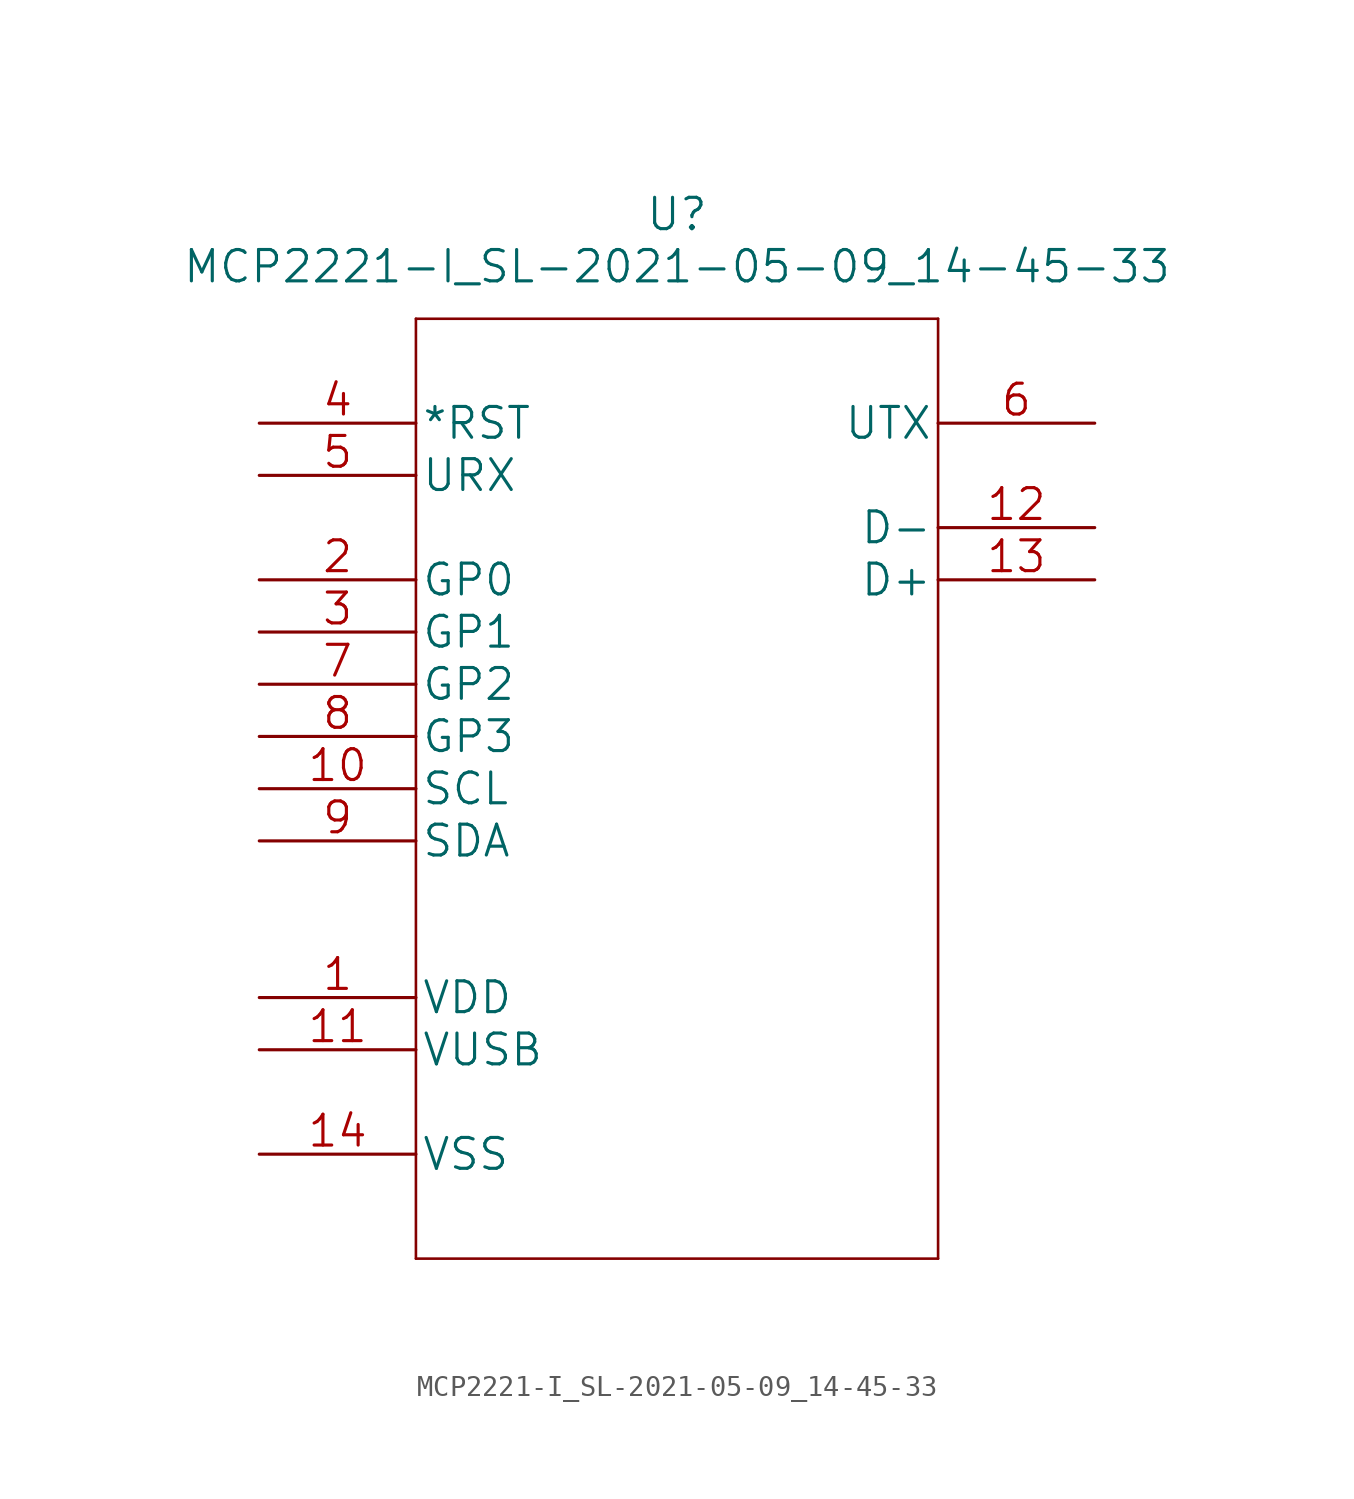
<source format=kicad_sym>
(kicad_symbol_lib
  (version 20220914)
  (generator kicad_symbol_editor)
  (symbol "MCP2221-I_SL-2021-05-09_14-45-33"
    (pin_names
      (offset 0.254))
    (property "Reference" "U"
      (at 20.32 10.16 0)
      (effects (font (size 1.524 1.524))))
    (property "Value" "MCP2221-I_SL-2021-05-09_14-45-33"
      (at 20.32 7.62 0)
      (effects (font (size 1.524 1.524))))
    (property "Datasheet" ""
      (at 0 0 0)
      (effects (font (size 1.524 1.524))))
    (property "ki_locked" ""
      (at 0 0 0)
      (effects (font (size 1.27 1.27))))
    (symbol "MCP2221-I_SL-2021-05-09_14-45-33_1_1"
      (polyline (pts (xy 7.62 -40.64) (xy 33.02 -40.64)) (stroke (width 0.127) (type solid)) (fill (type none)))
      (polyline (pts (xy 7.62 5.08) (xy 7.62 -40.64)) (stroke (width 0.127) (type solid)) (fill (type none)))
      (polyline (pts (xy 33.02 -40.64) (xy 33.02 5.08)) (stroke (width 0.127) (type solid)) (fill (type none)))
      (polyline (pts (xy 33.02 5.08) (xy 7.62 5.08)) (stroke (width 0.127) (type solid)) (fill (type none)))
      (pin power_in line (at 0 -27.94 0) (length 7.62) (name "VDD" (effects (font (size 1.499 1.499)))) (number "1" (effects (font (size 1.499 1.499)))))
      (pin bidirectional line (at 0 -17.78 0) (length 7.62) (name "SCL" (effects (font (size 1.499 1.499)))) (number "10" (effects (font (size 1.499 1.499)))))
      (pin power_in line (at 0 -30.48 0) (length 7.62) (name "VUSB" (effects (font (size 1.499 1.499)))) (number "11" (effects (font (size 1.499 1.499)))))
      (pin unspecified line (at 40.64 -5.08 180) (length 7.62) (name "D-" (effects (font (size 1.499 1.499)))) (number "12" (effects (font (size 1.499 1.499)))))
      (pin unspecified line (at 40.64 -7.62 180) (length 7.62) (name "D+" (effects (font (size 1.499 1.499)))) (number "13" (effects (font (size 1.499 1.499)))))
      (pin power_in line (at 0 -35.56 0) (length 7.62) (name "VSS" (effects (font (size 1.499 1.499)))) (number "14" (effects (font (size 1.499 1.499)))))
      (pin bidirectional line (at 0 -7.62 0) (length 7.62) (name "GP0" (effects (font (size 1.499 1.499)))) (number "2" (effects (font (size 1.499 1.499)))))
      (pin bidirectional line (at 0 -10.16 0) (length 7.62) (name "GP1" (effects (font (size 1.499 1.499)))) (number "3" (effects (font (size 1.499 1.499)))))
      (pin input line (at 0 0 0) (length 7.62) (name "*RST" (effects (font (size 1.499 1.499)))) (number "4" (effects (font (size 1.499 1.499)))))
      (pin input line (at 0 -2.54 0) (length 7.62) (name "URX" (effects (font (size 1.499 1.499)))) (number "5" (effects (font (size 1.499 1.499)))))
      (pin output line (at 40.64 0 180) (length 7.62) (name "UTX" (effects (font (size 1.499 1.499)))) (number "6" (effects (font (size 1.499 1.499)))))
      (pin bidirectional line (at 0 -12.7 0) (length 7.62) (name "GP2" (effects (font (size 1.499 1.499)))) (number "7" (effects (font (size 1.499 1.499)))))
      (pin bidirectional line (at 0 -15.24 0) (length 7.62) (name "GP3" (effects (font (size 1.499 1.499)))) (number "8" (effects (font (size 1.499 1.499)))))
      (pin bidirectional line (at 0 -20.32 0) (length 7.62) (name "SDA" (effects (font (size 1.499 1.499)))) (number "9" (effects (font (size 1.499 1.499))))))))
</source>
